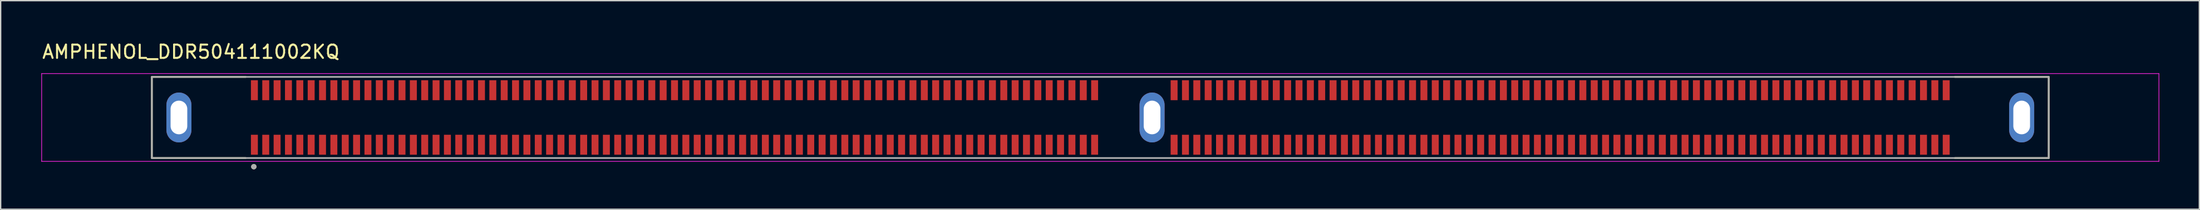
<source format=kicad_pcb>
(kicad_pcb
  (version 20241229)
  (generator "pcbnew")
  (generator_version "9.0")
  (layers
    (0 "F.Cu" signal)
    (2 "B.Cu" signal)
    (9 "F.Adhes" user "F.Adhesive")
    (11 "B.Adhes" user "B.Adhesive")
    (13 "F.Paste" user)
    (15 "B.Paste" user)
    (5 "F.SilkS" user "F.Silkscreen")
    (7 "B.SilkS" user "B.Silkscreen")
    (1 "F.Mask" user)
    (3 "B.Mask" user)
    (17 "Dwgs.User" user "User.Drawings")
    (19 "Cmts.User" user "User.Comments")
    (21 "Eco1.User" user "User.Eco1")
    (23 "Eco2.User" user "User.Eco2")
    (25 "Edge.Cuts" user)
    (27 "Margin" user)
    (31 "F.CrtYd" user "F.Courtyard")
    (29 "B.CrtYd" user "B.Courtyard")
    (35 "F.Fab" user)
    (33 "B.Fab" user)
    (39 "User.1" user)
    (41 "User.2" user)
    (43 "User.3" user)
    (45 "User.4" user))
  (footprint "AMPHENOL_DDR504111002KQ"
    (layer "F.Cu")
    (at 79.319 5.783)
    (property "Reference" "AMPHENOL_DDR504111002KQ" (at -68.075 -4.935 0) (layer "F.SilkS") (effects (font (size 1 1) (thickness 0.15))))
    (attr smd)
    (fp_line (start -71 -3.05) (end -63.975 -3.05) (stroke (width 0.127) (type solid)) (layer "F.SilkS"))
    (fp_line (start -71 3.05) (end -71 -3.05) (stroke (width 0.127) (type solid)) (layer "F.SilkS"))
    (fp_line (start -63.975 3.05) (end -71 3.05) (stroke (width 0.127) (type solid)) (layer "F.SilkS"))
    (fp_line (start 63.975 -3.05) (end 71 -3.05) (stroke (width 0.127) (type solid)) (layer "F.SilkS"))
    (fp_line (start 71 -3.05) (end 71 3.05) (stroke (width 0.127) (type solid)) (layer "F.SilkS"))
    (fp_line (start 71 3.05) (end 63.975 3.05) (stroke (width 0.127) (type solid)) (layer "F.SilkS"))
    (fp_circle (center -63.368 3.701) (end -63.268 3.701) (stroke (width 0.2) (type solid)) (fill no) (layer "F.SilkS"))
    (fp_line (start -79.25 -3.3) (end -79.25 3.3) (stroke (width 0.05) (type solid)) (layer "F.CrtYd"))
    (fp_line (start -79.25 3.3) (end 79.25 3.3) (stroke (width 0.05) (type solid)) (layer "F.CrtYd"))
    (fp_line (start 79.25 -3.3) (end -79.25 -3.3) (stroke (width 0.05) (type solid)) (layer "F.CrtYd"))
    (fp_line (start 79.25 3.3) (end 79.25 -3.3) (stroke (width 0.05) (type solid)) (layer "F.CrtYd"))
    (fp_line (start -71 -3.05) (end 71 -3.05) (stroke (width 0.127) (type solid)) (layer "F.Fab"))
    (fp_line (start -71 3.05) (end -71 -3.05) (stroke (width 0.127) (type solid)) (layer "F.Fab"))
    (fp_line (start 71 -3.05) (end 71 3.05) (stroke (width 0.127) (type solid)) (layer "F.Fab"))
    (fp_line (start 71 3.05) (end -71 3.05) (stroke (width 0.127) (type solid)) (layer "F.Fab"))
    (fp_circle (center -63.368 3.701) (end -63.268 3.701) (stroke (width 0.2) (type solid)) (fill no) (layer "F.Fab"))
    (pad "01" smd rect (at -63.325 2.05) (size 0.52 1.5) (layers "F.Cu" "F.Mask" "F.Paste"))
    (pad "02" smd rect (at -62.475 2.05) (size 0.52 1.5) (layers "F.Cu" "F.Mask" "F.Paste"))
    (pad "03" smd rect (at -61.625 2.05) (size 0.52 1.5) (layers "F.Cu" "F.Mask" "F.Paste"))
    (pad "04" smd rect (at -60.775 2.05) (size 0.52 1.5) (layers "F.Cu" "F.Mask" "F.Paste"))
    (pad "05" smd rect (at -59.925 2.05) (size 0.52 1.5) (layers "F.Cu" "F.Mask" "F.Paste"))
    (pad "06" smd rect (at -59.075 2.05) (size 0.52 1.5) (layers "F.Cu" "F.Mask" "F.Paste"))
    (pad "07" smd rect (at -58.225 2.05) (size 0.52 1.5) (layers "F.Cu" "F.Mask" "F.Paste"))
    (pad "08" smd rect (at -57.375 2.05) (size 0.52 1.5) (layers "F.Cu" "F.Mask" "F.Paste"))
    (pad "09" smd rect (at -56.525 2.05) (size 0.52 1.5) (layers "F.Cu" "F.Mask" "F.Paste"))
    (pad "10" smd rect (at -55.675 2.05) (size 0.52 1.5) (layers "F.Cu" "F.Mask" "F.Paste"))
    (pad "11" smd rect (at -54.825 2.05) (size 0.52 1.5) (layers "F.Cu" "F.Mask" "F.Paste"))
    (pad "12" smd rect (at -53.975 2.05) (size 0.52 1.5) (layers "F.Cu" "F.Mask" "F.Paste"))
    (pad "13" smd rect (at -53.125 2.05) (size 0.52 1.5) (layers "F.Cu" "F.Mask" "F.Paste"))
    (pad "14" smd rect (at -52.275 2.05) (size 0.52 1.5) (layers "F.Cu" "F.Mask" "F.Paste"))
    (pad "15" smd rect (at -51.425 2.05) (size 0.52 1.5) (layers "F.Cu" "F.Mask" "F.Paste"))
    (pad "16" smd rect (at -50.575 2.05) (size 0.52 1.5) (layers "F.Cu" "F.Mask" "F.Paste"))
    (pad "17" smd rect (at -49.725 2.05) (size 0.52 1.5) (layers "F.Cu" "F.Mask" "F.Paste"))
    (pad "18" smd rect (at -48.875 2.05) (size 0.52 1.5) (layers "F.Cu" "F.Mask" "F.Paste"))
    (pad "19" smd rect (at -48.025 2.05) (size 0.52 1.5) (layers "F.Cu" "F.Mask" "F.Paste"))
    (pad "20" smd rect (at -47.175 2.05) (size 0.52 1.5) (layers "F.Cu" "F.Mask" "F.Paste"))
    (pad "21" smd rect (at -46.325 2.05) (size 0.52 1.5) (layers "F.Cu" "F.Mask" "F.Paste"))
    (pad "22" smd rect (at -45.475 2.05) (size 0.52 1.5) (layers "F.Cu" "F.Mask" "F.Paste"))
    (pad "23" smd rect (at -44.625 2.05) (size 0.52 1.5) (layers "F.Cu" "F.Mask" "F.Paste"))
    (pad "24" smd rect (at -43.775 2.05) (size 0.52 1.5) (layers "F.Cu" "F.Mask" "F.Paste"))
    (pad "25" smd rect (at -42.925 2.05) (size 0.52 1.5) (layers "F.Cu" "F.Mask" "F.Paste"))
    (pad "26" smd rect (at -42.075 2.05) (size 0.52 1.5) (layers "F.Cu" "F.Mask" "F.Paste"))
    (pad "27" smd rect (at -41.225 2.05) (size 0.52 1.5) (layers "F.Cu" "F.Mask" "F.Paste"))
    (pad "28" smd rect (at -40.375 2.05) (size 0.52 1.5) (layers "F.Cu" "F.Mask" "F.Paste"))
    (pad "29" smd rect (at -39.525 2.05) (size 0.52 1.5) (layers "F.Cu" "F.Mask" "F.Paste"))
    (pad "30" smd rect (at -38.675 2.05) (size 0.52 1.5) (layers "F.Cu" "F.Mask" "F.Paste"))
    (pad "31" smd rect (at -37.825 2.05) (size 0.52 1.5) (layers "F.Cu" "F.Mask" "F.Paste"))
    (pad "32" smd rect (at -36.975 2.05) (size 0.52 1.5) (layers "F.Cu" "F.Mask" "F.Paste"))
    (pad "33" smd rect (at -36.125 2.05) (size 0.52 1.5) (layers "F.Cu" "F.Mask" "F.Paste"))
    (pad "34" smd rect (at -35.275 2.05) (size 0.52 1.5) (layers "F.Cu" "F.Mask" "F.Paste"))
    (pad "35" smd rect (at -34.425 2.05) (size 0.52 1.5) (layers "F.Cu" "F.Mask" "F.Paste"))
    (pad "36" smd rect (at -33.575 2.05) (size 0.52 1.5) (layers "F.Cu" "F.Mask" "F.Paste"))
    (pad "37" smd rect (at -32.725 2.05) (size 0.52 1.5) (layers "F.Cu" "F.Mask" "F.Paste"))
    (pad "38" smd rect (at -31.875 2.05) (size 0.52 1.5) (layers "F.Cu" "F.Mask" "F.Paste"))
    (pad "39" smd rect (at -31.025 2.05) (size 0.52 1.5) (layers "F.Cu" "F.Mask" "F.Paste"))
    (pad "40" smd rect (at -30.175 2.05) (size 0.52 1.5) (layers "F.Cu" "F.Mask" "F.Paste"))
    (pad "41" smd rect (at -29.325 2.05) (size 0.52 1.5) (layers "F.Cu" "F.Mask" "F.Paste"))
    (pad "42" smd rect (at -28.475 2.05) (size 0.52 1.5) (layers "F.Cu" "F.Mask" "F.Paste"))
    (pad "43" smd rect (at -27.625 2.05) (size 0.52 1.5) (layers "F.Cu" "F.Mask" "F.Paste"))
    (pad "44" smd rect (at -26.775 2.05) (size 0.52 1.5) (layers "F.Cu" "F.Mask" "F.Paste"))
    (pad "45" smd rect (at -25.925 2.05) (size 0.52 1.5) (layers "F.Cu" "F.Mask" "F.Paste"))
    (pad "46" smd rect (at -25.075 2.05) (size 0.52 1.5) (layers "F.Cu" "F.Mask" "F.Paste"))
    (pad "47" smd rect (at -24.225 2.05) (size 0.52 1.5) (layers "F.Cu" "F.Mask" "F.Paste"))
    (pad "48" smd rect (at -23.375 2.05) (size 0.52 1.5) (layers "F.Cu" "F.Mask" "F.Paste"))
    (pad "49" smd rect (at -22.525 2.05) (size 0.52 1.5) (layers "F.Cu" "F.Mask" "F.Paste"))
    (pad "50" smd rect (at -21.675 2.05) (size 0.52 1.5) (layers "F.Cu" "F.Mask" "F.Paste"))
    (pad "51" smd rect (at -20.825 2.05) (size 0.52 1.5) (layers "F.Cu" "F.Mask" "F.Paste"))
    (pad "52" smd rect (at -19.975 2.05) (size 0.52 1.5) (layers "F.Cu" "F.Mask" "F.Paste"))
    (pad "53" smd rect (at -19.125 2.05) (size 0.52 1.5) (layers "F.Cu" "F.Mask" "F.Paste"))
    (pad "54" smd rect (at -18.275 2.05) (size 0.52 1.5) (layers "F.Cu" "F.Mask" "F.Paste"))
    (pad "55" smd rect (at -17.425 2.05) (size 0.52 1.5) (layers "F.Cu" "F.Mask" "F.Paste"))
    (pad "56" smd rect (at -16.575 2.05) (size 0.52 1.5) (layers "F.Cu" "F.Mask" "F.Paste"))
    (pad "57" smd rect (at -15.725 2.05) (size 0.52 1.5) (layers "F.Cu" "F.Mask" "F.Paste"))
    (pad "58" smd rect (at -14.875 2.05) (size 0.52 1.5) (layers "F.Cu" "F.Mask" "F.Paste"))
    (pad "59" smd rect (at -14.025 2.05) (size 0.52 1.5) (layers "F.Cu" "F.Mask" "F.Paste"))
    (pad "60" smd rect (at -13.175 2.05) (size 0.52 1.5) (layers "F.Cu" "F.Mask" "F.Paste"))
    (pad "61" smd rect (at -12.325 2.05) (size 0.52 1.5) (layers "F.Cu" "F.Mask" "F.Paste"))
    (pad "62" smd rect (at -11.475 2.05) (size 0.52 1.5) (layers "F.Cu" "F.Mask" "F.Paste"))
    (pad "63" smd rect (at -10.625 2.05) (size 0.52 1.5) (layers "F.Cu" "F.Mask" "F.Paste"))
    (pad "64" smd rect (at -9.775 2.05) (size 0.52 1.5) (layers "F.Cu" "F.Mask" "F.Paste"))
    (pad "65" smd rect (at -8.925 2.05) (size 0.52 1.5) (layers "F.Cu" "F.Mask" "F.Paste"))
    (pad "66" smd rect (at -8.075 2.05) (size 0.52 1.5) (layers "F.Cu" "F.Mask" "F.Paste"))
    (pad "67" smd rect (at -7.225 2.05) (size 0.52 1.5) (layers "F.Cu" "F.Mask" "F.Paste"))
    (pad "68" smd rect (at -6.375 2.05) (size 0.52 1.5) (layers "F.Cu" "F.Mask" "F.Paste"))
    (pad "69" smd rect (at -5.525 2.05) (size 0.52 1.5) (layers "F.Cu" "F.Mask" "F.Paste"))
    (pad "70" smd rect (at -4.675 2.05) (size 0.52 1.5) (layers "F.Cu" "F.Mask" "F.Paste"))
    (pad "71" smd rect (at -3.825 2.05) (size 0.52 1.5) (layers "F.Cu" "F.Mask" "F.Paste"))
    (pad "72" smd rect (at -2.975 2.05) (size 0.52 1.5) (layers "F.Cu" "F.Mask" "F.Paste"))
    (pad "73" smd rect (at -2.125 2.05) (size 0.52 1.5) (layers "F.Cu" "F.Mask" "F.Paste"))
    (pad "74" smd rect (at -1.275 2.05) (size 0.52 1.5) (layers "F.Cu" "F.Mask" "F.Paste"))
    (pad "75" smd rect (at -0.425 2.05) (size 0.52 1.5) (layers "F.Cu" "F.Mask" "F.Paste"))
    (pad "76" smd rect (at 5.525 2.05) (size 0.52 1.5) (layers "F.Cu" "F.Mask" "F.Paste"))
    (pad "77" smd rect (at 6.375 2.05) (size 0.52 1.5) (layers "F.Cu" "F.Mask" "F.Paste"))
    (pad "78" smd rect (at 7.225 2.05) (size 0.52 1.5) (layers "F.Cu" "F.Mask" "F.Paste"))
    (pad "79" smd rect (at 8.075 2.05) (size 0.52 1.5) (layers "F.Cu" "F.Mask" "F.Paste"))
    (pad "80" smd rect (at 8.925 2.05) (size 0.52 1.5) (layers "F.Cu" "F.Mask" "F.Paste"))
    (pad "81" smd rect (at 9.775 2.05) (size 0.52 1.5) (layers "F.Cu" "F.Mask" "F.Paste"))
    (pad "82" smd rect (at 10.625 2.05) (size 0.52 1.5) (layers "F.Cu" "F.Mask" "F.Paste"))
    (pad "83" smd rect (at 11.475 2.05) (size 0.52 1.5) (layers "F.Cu" "F.Mask" "F.Paste"))
    (pad "84" smd rect (at 12.325 2.05) (size 0.52 1.5) (layers "F.Cu" "F.Mask" "F.Paste"))
    (pad "85" smd rect (at 13.175 2.05) (size 0.52 1.5) (layers "F.Cu" "F.Mask" "F.Paste"))
    (pad "86" smd rect (at 14.025 2.05) (size 0.52 1.5) (layers "F.Cu" "F.Mask" "F.Paste"))
    (pad "87" smd rect (at 14.875 2.05) (size 0.52 1.5) (layers "F.Cu" "F.Mask" "F.Paste"))
    (pad "88" smd rect (at 15.725 2.05) (size 0.52 1.5) (layers "F.Cu" "F.Mask" "F.Paste"))
    (pad "89" smd rect (at 16.575 2.05) (size 0.52 1.5) (layers "F.Cu" "F.Mask" "F.Paste"))
    (pad "90" smd rect (at 17.425 2.05) (size 0.52 1.5) (layers "F.Cu" "F.Mask" "F.Paste"))
    (pad "91" smd rect (at 18.275 2.05) (size 0.52 1.5) (layers "F.Cu" "F.Mask" "F.Paste"))
    (pad "92" smd rect (at 19.125 2.05) (size 0.52 1.5) (layers "F.Cu" "F.Mask" "F.Paste"))
    (pad "93" smd rect (at 19.975 2.05) (size 0.52 1.5) (layers "F.Cu" "F.Mask" "F.Paste"))
    (pad "94" smd rect (at 20.825 2.05) (size 0.52 1.5) (layers "F.Cu" "F.Mask" "F.Paste"))
    (pad "95" smd rect (at 21.675 2.05) (size 0.52 1.5) (layers "F.Cu" "F.Mask" "F.Paste"))
    (pad "96" smd rect (at 22.525 2.05) (size 0.52 1.5) (layers "F.Cu" "F.Mask" "F.Paste"))
    (pad "97" smd rect (at 23.375 2.05) (size 0.52 1.5) (layers "F.Cu" "F.Mask" "F.Paste"))
    (pad "98" smd rect (at 24.225 2.05) (size 0.52 1.5) (layers "F.Cu" "F.Mask" "F.Paste"))
    (pad "99" smd rect (at 25.075 2.05) (size 0.52 1.5) (layers "F.Cu" "F.Mask" "F.Paste"))
    (pad "100" smd rect (at 25.925 2.05) (size 0.52 1.5) (layers "F.Cu" "F.Mask" "F.Paste"))
    (pad "101" smd rect (at 26.775 2.05) (size 0.52 1.5) (layers "F.Cu" "F.Mask" "F.Paste"))
    (pad "102" smd rect (at 27.625 2.05) (size 0.52 1.5) (layers "F.Cu" "F.Mask" "F.Paste"))
    (pad "103" smd rect (at 28.475 2.05) (size 0.52 1.5) (layers "F.Cu" "F.Mask" "F.Paste"))
    (pad "104" smd rect (at 29.325 2.05) (size 0.52 1.5) (layers "F.Cu" "F.Mask" "F.Paste"))
    (pad "105" smd rect (at 30.175 2.05) (size 0.52 1.5) (layers "F.Cu" "F.Mask" "F.Paste"))
    (pad "106" smd rect (at 31.025 2.05) (size 0.52 1.5) (layers "F.Cu" "F.Mask" "F.Paste"))
    (pad "107" smd rect (at 31.875 2.05) (size 0.52 1.5) (layers "F.Cu" "F.Mask" "F.Paste"))
    (pad "108" smd rect (at 32.725 2.05) (size 0.52 1.5) (layers "F.Cu" "F.Mask" "F.Paste"))
    (pad "109" smd rect (at 33.575 2.05) (size 0.52 1.5) (layers "F.Cu" "F.Mask" "F.Paste"))
    (pad "110" smd rect (at 34.425 2.05) (size 0.52 1.5) (layers "F.Cu" "F.Mask" "F.Paste"))
    (pad "111" smd rect (at 35.275 2.05) (size 0.52 1.5) (layers "F.Cu" "F.Mask" "F.Paste"))
    (pad "112" smd rect (at 36.125 2.05) (size 0.52 1.5) (layers "F.Cu" "F.Mask" "F.Paste"))
    (pad "113" smd rect (at 36.975 2.05) (size 0.52 1.5) (layers "F.Cu" "F.Mask" "F.Paste"))
    (pad "114" smd rect (at 37.825 2.05) (size 0.52 1.5) (layers "F.Cu" "F.Mask" "F.Paste"))
    (pad "115" smd rect (at 38.675 2.05) (size 0.52 1.5) (layers "F.Cu" "F.Mask" "F.Paste"))
    (pad "116" smd rect (at 39.525 2.05) (size 0.52 1.5) (layers "F.Cu" "F.Mask" "F.Paste"))
    (pad "117" smd rect (at 40.375 2.05) (size 0.52 1.5) (layers "F.Cu" "F.Mask" "F.Paste"))
    (pad "118" smd rect (at 41.225 2.05) (size 0.52 1.5) (layers "F.Cu" "F.Mask" "F.Paste"))
    (pad "119" smd rect (at 42.075 2.05) (size 0.52 1.5) (layers "F.Cu" "F.Mask" "F.Paste"))
    (pad "120" smd rect (at 42.925 2.05) (size 0.52 1.5) (layers "F.Cu" "F.Mask" "F.Paste"))
    (pad "121" smd rect (at 43.775 2.05) (size 0.52 1.5) (layers "F.Cu" "F.Mask" "F.Paste"))
    (pad "122" smd rect (at 44.625 2.05) (size 0.52 1.5) (layers "F.Cu" "F.Mask" "F.Paste"))
    (pad "123" smd rect (at 45.475 2.05) (size 0.52 1.5) (layers "F.Cu" "F.Mask" "F.Paste"))
    (pad "124" smd rect (at 46.325 2.05) (size 0.52 1.5) (layers "F.Cu" "F.Mask" "F.Paste"))
    (pad "125" smd rect (at 47.175 2.05) (size 0.52 1.5) (layers "F.Cu" "F.Mask" "F.Paste"))
    (pad "126" smd rect (at 48.025 2.05) (size 0.52 1.5) (layers "F.Cu" "F.Mask" "F.Paste"))
    (pad "127" smd rect (at 48.875 2.05) (size 0.52 1.5) (layers "F.Cu" "F.Mask" "F.Paste"))
    (pad "128" smd rect (at 49.725 2.05) (size 0.52 1.5) (layers "F.Cu" "F.Mask" "F.Paste"))
    (pad "129" smd rect (at 50.575 2.05) (size 0.52 1.5) (layers "F.Cu" "F.Mask" "F.Paste"))
    (pad "130" smd rect (at 51.425 2.05) (size 0.52 1.5) (layers "F.Cu" "F.Mask" "F.Paste"))
    (pad "131" smd rect (at 52.275 2.05) (size 0.52 1.5) (layers "F.Cu" "F.Mask" "F.Paste"))
    (pad "132" smd rect (at 53.125 2.05) (size 0.52 1.5) (layers "F.Cu" "F.Mask" "F.Paste"))
    (pad "133" smd rect (at 53.975 2.05) (size 0.52 1.5) (layers "F.Cu" "F.Mask" "F.Paste"))
    (pad "134" smd rect (at 54.825 2.05) (size 0.52 1.5) (layers "F.Cu" "F.Mask" "F.Paste"))
    (pad "135" smd rect (at 55.675 2.05) (size 0.52 1.5) (layers "F.Cu" "F.Mask" "F.Paste"))
    (pad "136" smd rect (at 56.525 2.05) (size 0.52 1.5) (layers "F.Cu" "F.Mask" "F.Paste"))
    (pad "137" smd rect (at 57.375 2.05) (size 0.52 1.5) (layers "F.Cu" "F.Mask" "F.Paste"))
    (pad "138" smd rect (at 58.225 2.05) (size 0.52 1.5) (layers "F.Cu" "F.Mask" "F.Paste"))
    (pad "139" smd rect (at 59.075 2.05) (size 0.52 1.5) (layers "F.Cu" "F.Mask" "F.Paste"))
    (pad "140" smd rect (at 59.925 2.05) (size 0.52 1.5) (layers "F.Cu" "F.Mask" "F.Paste"))
    (pad "141" smd rect (at 60.775 2.05) (size 0.52 1.5) (layers "F.Cu" "F.Mask" "F.Paste"))
    (pad "142" smd rect (at 61.625 2.05) (size 0.52 1.5) (layers "F.Cu" "F.Mask" "F.Paste"))
    (pad "143" smd rect (at 62.475 2.05) (size 0.52 1.5) (layers "F.Cu" "F.Mask" "F.Paste"))
    (pad "144" smd rect (at 63.325 2.05) (size 0.52 1.5) (layers "F.Cu" "F.Mask" "F.Paste"))
    (pad "145" smd rect (at -63.325 -2.05) (size 0.52 1.5) (layers "F.Cu" "F.Mask" "F.Paste"))
    (pad "146" smd rect (at -62.475 -2.05) (size 0.52 1.5) (layers "F.Cu" "F.Mask" "F.Paste"))
    (pad "147" smd rect (at -61.625 -2.05) (size 0.52 1.5) (layers "F.Cu" "F.Mask" "F.Paste"))
    (pad "148" smd rect (at -60.775 -2.05) (size 0.52 1.5) (layers "F.Cu" "F.Mask" "F.Paste"))
    (pad "149" smd rect (at -59.925 -2.05) (size 0.52 1.5) (layers "F.Cu" "F.Mask" "F.Paste"))
    (pad "150" smd rect (at -59.075 -2.05) (size 0.52 1.5) (layers "F.Cu" "F.Mask" "F.Paste"))
    (pad "151" smd rect (at -58.225 -2.05) (size 0.52 1.5) (layers "F.Cu" "F.Mask" "F.Paste"))
    (pad "152" smd rect (at -57.375 -2.05) (size 0.52 1.5) (layers "F.Cu" "F.Mask" "F.Paste"))
    (pad "153" smd rect (at -56.525 -2.05) (size 0.52 1.5) (layers "F.Cu" "F.Mask" "F.Paste"))
    (pad "154" smd rect (at -55.675 -2.05) (size 0.52 1.5) (layers "F.Cu" "F.Mask" "F.Paste"))
    (pad "155" smd rect (at -54.825 -2.05) (size 0.52 1.5) (layers "F.Cu" "F.Mask" "F.Paste"))
    (pad "156" smd rect (at -53.975 -2.05) (size 0.52 1.5) (layers "F.Cu" "F.Mask" "F.Paste"))
    (pad "157" smd rect (at -53.125 -2.05) (size 0.52 1.5) (layers "F.Cu" "F.Mask" "F.Paste"))
    (pad "158" smd rect (at -52.275 -2.05) (size 0.52 1.5) (layers "F.Cu" "F.Mask" "F.Paste"))
    (pad "159" smd rect (at -51.425 -2.05) (size 0.52 1.5) (layers "F.Cu" "F.Mask" "F.Paste"))
    (pad "160" smd rect (at -50.575 -2.05) (size 0.52 1.5) (layers "F.Cu" "F.Mask" "F.Paste"))
    (pad "161" smd rect (at -49.725 -2.05) (size 0.52 1.5) (layers "F.Cu" "F.Mask" "F.Paste"))
    (pad "162" smd rect (at -48.875 -2.05) (size 0.52 1.5) (layers "F.Cu" "F.Mask" "F.Paste"))
    (pad "163" smd rect (at -48.025 -2.05) (size 0.52 1.5) (layers "F.Cu" "F.Mask" "F.Paste"))
    (pad "164" smd rect (at -47.175 -2.05) (size 0.52 1.5) (layers "F.Cu" "F.Mask" "F.Paste"))
    (pad "165" smd rect (at -46.325 -2.05) (size 0.52 1.5) (layers "F.Cu" "F.Mask" "F.Paste"))
    (pad "166" smd rect (at -45.475 -2.05) (size 0.52 1.5) (layers "F.Cu" "F.Mask" "F.Paste"))
    (pad "167" smd rect (at -44.625 -2.05) (size 0.52 1.5) (layers "F.Cu" "F.Mask" "F.Paste"))
    (pad "168" smd rect (at -43.775 -2.05) (size 0.52 1.5) (layers "F.Cu" "F.Mask" "F.Paste"))
    (pad "169" smd rect (at -42.925 -2.05) (size 0.52 1.5) (layers "F.Cu" "F.Mask" "F.Paste"))
    (pad "170" smd rect (at -42.075 -2.05) (size 0.52 1.5) (layers "F.Cu" "F.Mask" "F.Paste"))
    (pad "171" smd rect (at -41.225 -2.05) (size 0.52 1.5) (layers "F.Cu" "F.Mask" "F.Paste"))
    (pad "172" smd rect (at -40.375 -2.05) (size 0.52 1.5) (layers "F.Cu" "F.Mask" "F.Paste"))
    (pad "173" smd rect (at -39.525 -2.05) (size 0.52 1.5) (layers "F.Cu" "F.Mask" "F.Paste"))
    (pad "174" smd rect (at -38.675 -2.05) (size 0.52 1.5) (layers "F.Cu" "F.Mask" "F.Paste"))
    (pad "175" smd rect (at -37.825 -2.05) (size 0.52 1.5) (layers "F.Cu" "F.Mask" "F.Paste"))
    (pad "176" smd rect (at -36.975 -2.05) (size 0.52 1.5) (layers "F.Cu" "F.Mask" "F.Paste"))
    (pad "177" smd rect (at -36.125 -2.05) (size 0.52 1.5) (layers "F.Cu" "F.Mask" "F.Paste"))
    (pad "178" smd rect (at -35.275 -2.05) (size 0.52 1.5) (layers "F.Cu" "F.Mask" "F.Paste"))
    (pad "179" smd rect (at -34.425 -2.05) (size 0.52 1.5) (layers "F.Cu" "F.Mask" "F.Paste"))
    (pad "180" smd rect (at -33.575 -2.05) (size 0.52 1.5) (layers "F.Cu" "F.Mask" "F.Paste"))
    (pad "181" smd rect (at -32.725 -2.05) (size 0.52 1.5) (layers "F.Cu" "F.Mask" "F.Paste"))
    (pad "182" smd rect (at -31.875 -2.05) (size 0.52 1.5) (layers "F.Cu" "F.Mask" "F.Paste"))
    (pad "183" smd rect (at -31.025 -2.05) (size 0.52 1.5) (layers "F.Cu" "F.Mask" "F.Paste"))
    (pad "184" smd rect (at -30.175 -2.05) (size 0.52 1.5) (layers "F.Cu" "F.Mask" "F.Paste"))
    (pad "185" smd rect (at -29.325 -2.05) (size 0.52 1.5) (layers "F.Cu" "F.Mask" "F.Paste"))
    (pad "186" smd rect (at -28.475 -2.05) (size 0.52 1.5) (layers "F.Cu" "F.Mask" "F.Paste"))
    (pad "187" smd rect (at -27.625 -2.05) (size 0.52 1.5) (layers "F.Cu" "F.Mask" "F.Paste"))
    (pad "188" smd rect (at -26.775 -2.05) (size 0.52 1.5) (layers "F.Cu" "F.Mask" "F.Paste"))
    (pad "189" smd rect (at -25.925 -2.05) (size 0.52 1.5) (layers "F.Cu" "F.Mask" "F.Paste"))
    (pad "190" smd rect (at -25.075 -2.05) (size 0.52 1.5) (layers "F.Cu" "F.Mask" "F.Paste"))
    (pad "191" smd rect (at -24.225 -2.05) (size 0.52 1.5) (layers "F.Cu" "F.Mask" "F.Paste"))
    (pad "192" smd rect (at -23.375 -2.05) (size 0.52 1.5) (layers "F.Cu" "F.Mask" "F.Paste"))
    (pad "193" smd rect (at -22.525 -2.05) (size 0.52 1.5) (layers "F.Cu" "F.Mask" "F.Paste"))
    (pad "194" smd rect (at -21.675 -2.05) (size 0.52 1.5) (layers "F.Cu" "F.Mask" "F.Paste"))
    (pad "195" smd rect (at -20.825 -2.05) (size 0.52 1.5) (layers "F.Cu" "F.Mask" "F.Paste"))
    (pad "196" smd rect (at -19.975 -2.05) (size 0.52 1.5) (layers "F.Cu" "F.Mask" "F.Paste"))
    (pad "197" smd rect (at -19.125 -2.05) (size 0.52 1.5) (layers "F.Cu" "F.Mask" "F.Paste"))
    (pad "198" smd rect (at -18.275 -2.05) (size 0.52 1.5) (layers "F.Cu" "F.Mask" "F.Paste"))
    (pad "199" smd rect (at -17.425 -2.05) (size 0.52 1.5) (layers "F.Cu" "F.Mask" "F.Paste"))
    (pad "200" smd rect (at -16.575 -2.05) (size 0.52 1.5) (layers "F.Cu" "F.Mask" "F.Paste"))
    (pad "201" smd rect (at -15.725 -2.05) (size 0.52 1.5) (layers "F.Cu" "F.Mask" "F.Paste"))
    (pad "202" smd rect (at -14.875 -2.05) (size 0.52 1.5) (layers "F.Cu" "F.Mask" "F.Paste"))
    (pad "203" smd rect (at -14.025 -2.05) (size 0.52 1.5) (layers "F.Cu" "F.Mask" "F.Paste"))
    (pad "204" smd rect (at -13.175 -2.05) (size 0.52 1.5) (layers "F.Cu" "F.Mask" "F.Paste"))
    (pad "205" smd rect (at -12.325 -2.05) (size 0.52 1.5) (layers "F.Cu" "F.Mask" "F.Paste"))
    (pad "206" smd rect (at -11.475 -2.05) (size 0.52 1.5) (layers "F.Cu" "F.Mask" "F.Paste"))
    (pad "207" smd rect (at -10.625 -2.05) (size 0.52 1.5) (layers "F.Cu" "F.Mask" "F.Paste"))
    (pad "208" smd rect (at -9.775 -2.05) (size 0.52 1.5) (layers "F.Cu" "F.Mask" "F.Paste"))
    (pad "209" smd rect (at -8.925 -2.05) (size 0.52 1.5) (layers "F.Cu" "F.Mask" "F.Paste"))
    (pad "210" smd rect (at -8.075 -2.05) (size 0.52 1.5) (layers "F.Cu" "F.Mask" "F.Paste"))
    (pad "211" smd rect (at -7.225 -2.05) (size 0.52 1.5) (layers "F.Cu" "F.Mask" "F.Paste"))
    (pad "212" smd rect (at -6.375 -2.05) (size 0.52 1.5) (layers "F.Cu" "F.Mask" "F.Paste"))
    (pad "213" smd rect (at -5.525 -2.05) (size 0.52 1.5) (layers "F.Cu" "F.Mask" "F.Paste"))
    (pad "214" smd rect (at -4.675 -2.05) (size 0.52 1.5) (layers "F.Cu" "F.Mask" "F.Paste"))
    (pad "215" smd rect (at -3.825 -2.05) (size 0.52 1.5) (layers "F.Cu" "F.Mask" "F.Paste"))
    (pad "216" smd rect (at -2.975 -2.05) (size 0.52 1.5) (layers "F.Cu" "F.Mask" "F.Paste"))
    (pad "217" smd rect (at -2.125 -2.05) (size 0.52 1.5) (layers "F.Cu" "F.Mask" "F.Paste"))
    (pad "218" smd rect (at -1.275 -2.05) (size 0.52 1.5) (layers "F.Cu" "F.Mask" "F.Paste"))
    (pad "219" smd rect (at -0.425 -2.05) (size 0.52 1.5) (layers "F.Cu" "F.Mask" "F.Paste"))
    (pad "220" smd rect (at 5.525 -2.05) (size 0.52 1.5) (layers "F.Cu" "F.Mask" "F.Paste"))
    (pad "221" smd rect (at 6.375 -2.05) (size 0.52 1.5) (layers "F.Cu" "F.Mask" "F.Paste"))
    (pad "222" smd rect (at 7.225 -2.05) (size 0.52 1.5) (layers "F.Cu" "F.Mask" "F.Paste"))
    (pad "223" smd rect (at 8.075 -2.05) (size 0.52 1.5) (layers "F.Cu" "F.Mask" "F.Paste"))
    (pad "224" smd rect (at 8.925 -2.05) (size 0.52 1.5) (layers "F.Cu" "F.Mask" "F.Paste"))
    (pad "225" smd rect (at 9.775 -2.05) (size 0.52 1.5) (layers "F.Cu" "F.Mask" "F.Paste"))
    (pad "226" smd rect (at 10.625 -2.05) (size 0.52 1.5) (layers "F.Cu" "F.Mask" "F.Paste"))
    (pad "227" smd rect (at 11.475 -2.05) (size 0.52 1.5) (layers "F.Cu" "F.Mask" "F.Paste"))
    (pad "228" smd rect (at 12.325 -2.05) (size 0.52 1.5) (layers "F.Cu" "F.Mask" "F.Paste"))
    (pad "229" smd rect (at 13.175 -2.05) (size 0.52 1.5) (layers "F.Cu" "F.Mask" "F.Paste"))
    (pad "230" smd rect (at 14.025 -2.05) (size 0.52 1.5) (layers "F.Cu" "F.Mask" "F.Paste"))
    (pad "231" smd rect (at 14.875 -2.05) (size 0.52 1.5) (layers "F.Cu" "F.Mask" "F.Paste"))
    (pad "232" smd rect (at 15.725 -2.05) (size 0.52 1.5) (layers "F.Cu" "F.Mask" "F.Paste"))
    (pad "233" smd rect (at 16.575 -2.05) (size 0.52 1.5) (layers "F.Cu" "F.Mask" "F.Paste"))
    (pad "234" smd rect (at 17.425 -2.05) (size 0.52 1.5) (layers "F.Cu" "F.Mask" "F.Paste"))
    (pad "235" smd rect (at 18.275 -2.05) (size 0.52 1.5) (layers "F.Cu" "F.Mask" "F.Paste"))
    (pad "236" smd rect (at 19.125 -2.05) (size 0.52 1.5) (layers "F.Cu" "F.Mask" "F.Paste"))
    (pad "237" smd rect (at 19.975 -2.05) (size 0.52 1.5) (layers "F.Cu" "F.Mask" "F.Paste"))
    (pad "238" smd rect (at 20.825 -2.05) (size 0.52 1.5) (layers "F.Cu" "F.Mask" "F.Paste"))
    (pad "239" smd rect (at 21.675 -2.05) (size 0.52 1.5) (layers "F.Cu" "F.Mask" "F.Paste"))
    (pad "240" smd rect (at 22.525 -2.05) (size 0.52 1.5) (layers "F.Cu" "F.Mask" "F.Paste"))
    (pad "241" smd rect (at 23.375 -2.05) (size 0.52 1.5) (layers "F.Cu" "F.Mask" "F.Paste"))
    (pad "242" smd rect (at 24.225 -2.05) (size 0.52 1.5) (layers "F.Cu" "F.Mask" "F.Paste"))
    (pad "243" smd rect (at 25.075 -2.05) (size 0.52 1.5) (layers "F.Cu" "F.Mask" "F.Paste"))
    (pad "244" smd rect (at 25.925 -2.05) (size 0.52 1.5) (layers "F.Cu" "F.Mask" "F.Paste"))
    (pad "245" smd rect (at 26.775 -2.05) (size 0.52 1.5) (layers "F.Cu" "F.Mask" "F.Paste"))
    (pad "246" smd rect (at 27.625 -2.05) (size 0.52 1.5) (layers "F.Cu" "F.Mask" "F.Paste"))
    (pad "247" smd rect (at 28.475 -2.05) (size 0.52 1.5) (layers "F.Cu" "F.Mask" "F.Paste"))
    (pad "248" smd rect (at 29.325 -2.05) (size 0.52 1.5) (layers "F.Cu" "F.Mask" "F.Paste"))
    (pad "249" smd rect (at 30.175 -2.05) (size 0.52 1.5) (layers "F.Cu" "F.Mask" "F.Paste"))
    (pad "250" smd rect (at 31.025 -2.05) (size 0.52 1.5) (layers "F.Cu" "F.Mask" "F.Paste"))
    (pad "251" smd rect (at 31.875 -2.05) (size 0.52 1.5) (layers "F.Cu" "F.Mask" "F.Paste"))
    (pad "252" smd rect (at 32.725 -2.05) (size 0.52 1.5) (layers "F.Cu" "F.Mask" "F.Paste"))
    (pad "253" smd rect (at 33.575 -2.05) (size 0.52 1.5) (layers "F.Cu" "F.Mask" "F.Paste"))
    (pad "254" smd rect (at 34.425 -2.05) (size 0.52 1.5) (layers "F.Cu" "F.Mask" "F.Paste"))
    (pad "255" smd rect (at 35.275 -2.05) (size 0.52 1.5) (layers "F.Cu" "F.Mask" "F.Paste"))
    (pad "256" smd rect (at 36.125 -2.05) (size 0.52 1.5) (layers "F.Cu" "F.Mask" "F.Paste"))
    (pad "257" smd rect (at 36.975 -2.05) (size 0.52 1.5) (layers "F.Cu" "F.Mask" "F.Paste"))
    (pad "258" smd rect (at 37.825 -2.05) (size 0.52 1.5) (layers "F.Cu" "F.Mask" "F.Paste"))
    (pad "259" smd rect (at 38.675 -2.05) (size 0.52 1.5) (layers "F.Cu" "F.Mask" "F.Paste"))
    (pad "260" smd rect (at 39.525 -2.05) (size 0.52 1.5) (layers "F.Cu" "F.Mask" "F.Paste"))
    (pad "261" smd rect (at 40.375 -2.05) (size 0.52 1.5) (layers "F.Cu" "F.Mask" "F.Paste"))
    (pad "262" smd rect (at 41.225 -2.05) (size 0.52 1.5) (layers "F.Cu" "F.Mask" "F.Paste"))
    (pad "263" smd rect (at 42.075 -2.05) (size 0.52 1.5) (layers "F.Cu" "F.Mask" "F.Paste"))
    (pad "264" smd rect (at 42.925 -2.05) (size 0.52 1.5) (layers "F.Cu" "F.Mask" "F.Paste"))
    (pad "265" smd rect (at 43.775 -2.05) (size 0.52 1.5) (layers "F.Cu" "F.Mask" "F.Paste"))
    (pad "266" smd rect (at 44.625 -2.05) (size 0.52 1.5) (layers "F.Cu" "F.Mask" "F.Paste"))
    (pad "267" smd rect (at 45.475 -2.05) (size 0.52 1.5) (layers "F.Cu" "F.Mask" "F.Paste"))
    (pad "268" smd rect (at 46.325 -2.05) (size 0.52 1.5) (layers "F.Cu" "F.Mask" "F.Paste"))
    (pad "269" smd rect (at 47.175 -2.05) (size 0.52 1.5) (layers "F.Cu" "F.Mask" "F.Paste"))
    (pad "270" smd rect (at 48.025 -2.05) (size 0.52 1.5) (layers "F.Cu" "F.Mask" "F.Paste"))
    (pad "271" smd rect (at 48.875 -2.05) (size 0.52 1.5) (layers "F.Cu" "F.Mask" "F.Paste"))
    (pad "272" smd rect (at 49.725 -2.05) (size 0.52 1.5) (layers "F.Cu" "F.Mask" "F.Paste"))
    (pad "273" smd rect (at 50.575 -2.05) (size 0.52 1.5) (layers "F.Cu" "F.Mask" "F.Paste"))
    (pad "274" smd rect (at 51.425 -2.05) (size 0.52 1.5) (layers "F.Cu" "F.Mask" "F.Paste"))
    (pad "275" smd rect (at 52.275 -2.05) (size 0.52 1.5) (layers "F.Cu" "F.Mask" "F.Paste"))
    (pad "276" smd rect (at 53.125 -2.05) (size 0.52 1.5) (layers "F.Cu" "F.Mask" "F.Paste"))
    (pad "277" smd rect (at 53.975 -2.05) (size 0.52 1.5) (layers "F.Cu" "F.Mask" "F.Paste"))
    (pad "278" smd rect (at 54.825 -2.05) (size 0.52 1.5) (layers "F.Cu" "F.Mask" "F.Paste"))
    (pad "279" smd rect (at 55.675 -2.05) (size 0.52 1.5) (layers "F.Cu" "F.Mask" "F.Paste"))
    (pad "280" smd rect (at 56.525 -2.05) (size 0.52 1.5) (layers "F.Cu" "F.Mask" "F.Paste"))
    (pad "281" smd rect (at 57.375 -2.05) (size 0.52 1.5) (layers "F.Cu" "F.Mask" "F.Paste"))
    (pad "282" smd rect (at 58.225 -2.05) (size 0.52 1.5) (layers "F.Cu" "F.Mask" "F.Paste"))
    (pad "283" smd rect (at 59.075 -2.05) (size 0.52 1.5) (layers "F.Cu" "F.Mask" "F.Paste"))
    (pad "284" smd rect (at 59.925 -2.05) (size 0.52 1.5) (layers "F.Cu" "F.Mask" "F.Paste"))
    (pad "285" smd rect (at 60.775 -2.05) (size 0.52 1.5) (layers "F.Cu" "F.Mask" "F.Paste"))
    (pad "286" smd rect (at 61.625 -2.05) (size 0.52 1.5) (layers "F.Cu" "F.Mask" "F.Paste"))
    (pad "287" smd rect (at 62.475 -2.05) (size 0.52 1.5) (layers "F.Cu" "F.Mask" "F.Paste"))
    (pad "288" smd rect (at 63.325 -2.05) (size 0.52 1.5) (layers "F.Cu" "F.Mask" "F.Paste"))
    (pad "S1" thru_hole oval (at -68.975 0) (size 1.875 3.75) (drill oval 1.25 2.53) (layers "*.Cu" "*.Mask"))
    (pad "S2" thru_hole oval (at 3.875 0) (size 1.875 3.75) (drill oval 1.25 2.53) (layers "*.Cu" "*.Mask"))
    (pad "S3" thru_hole oval (at 68.975 0) (size 1.875 3.75) (drill oval 1.25 2.53) (layers "*.Cu" "*.Mask")))
  (gr_rect
    (start -3 -3)
    (end 161.594 12.684)
    (stroke (width 0.1) (type default))
    (fill no)
    (layer "Edge.Cuts")))
</source>
